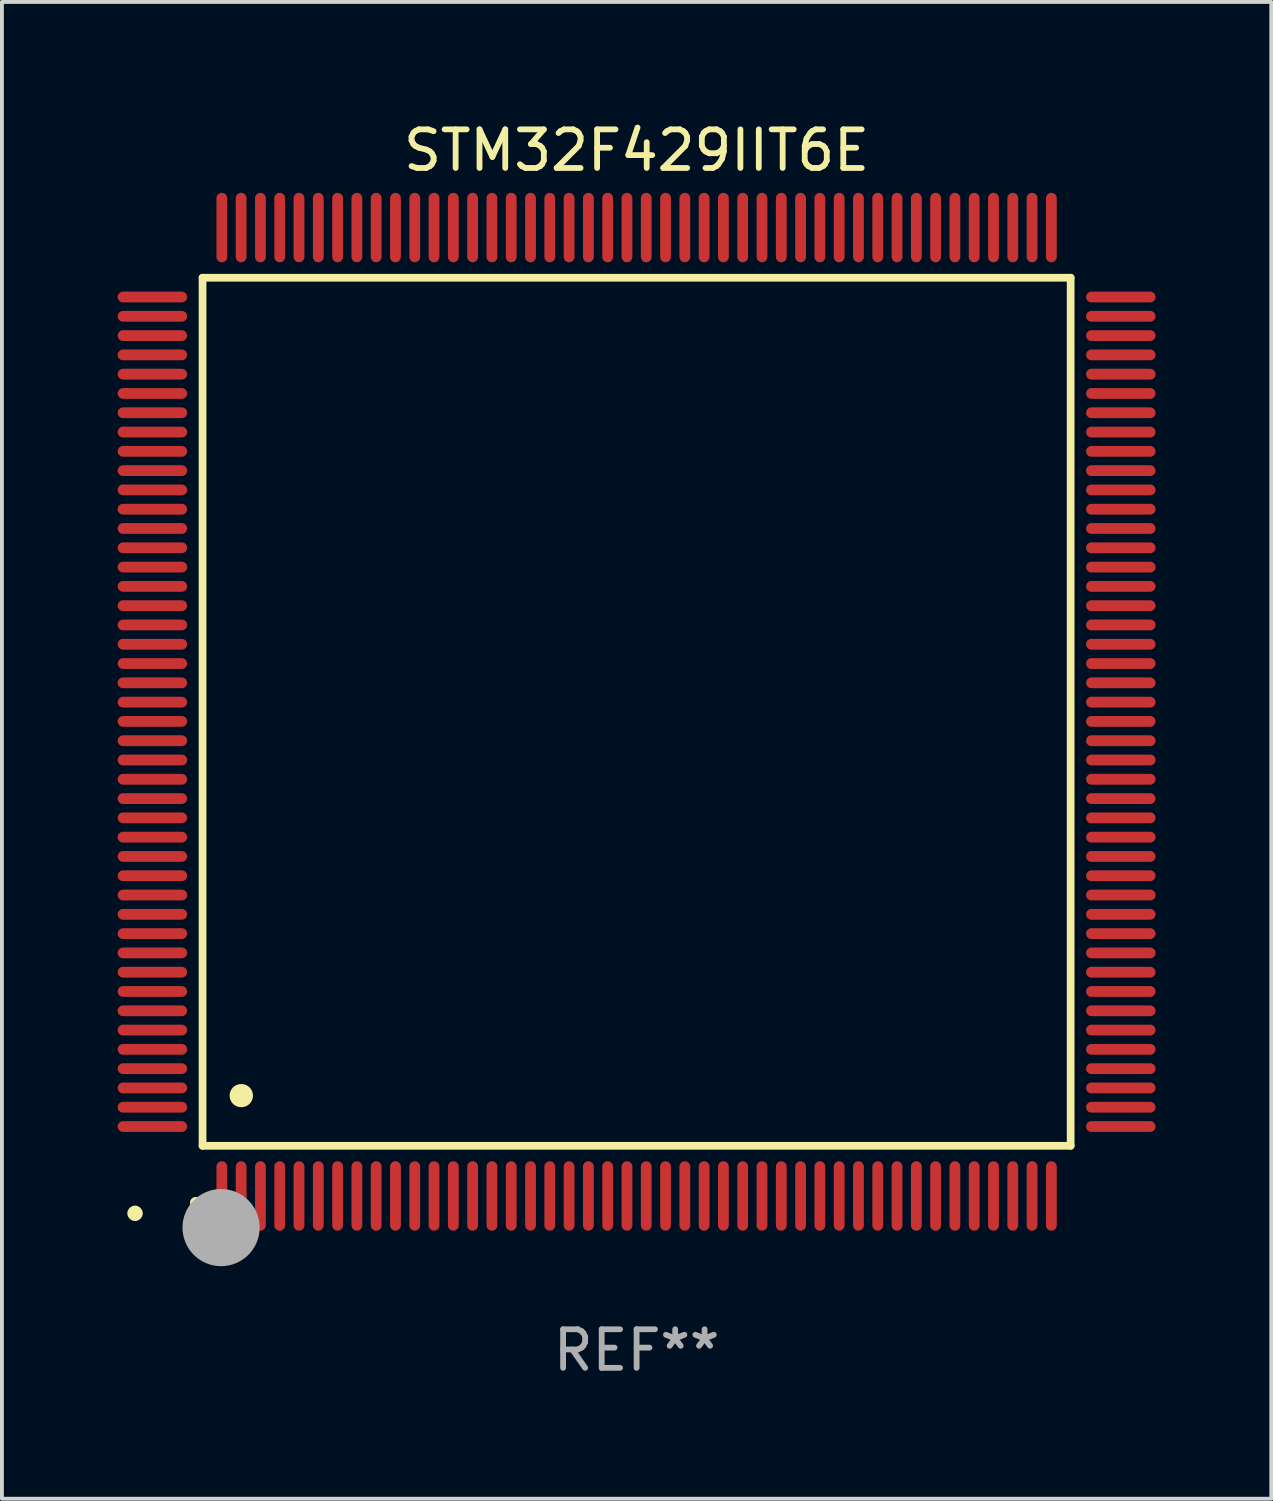
<source format=kicad_pcb>
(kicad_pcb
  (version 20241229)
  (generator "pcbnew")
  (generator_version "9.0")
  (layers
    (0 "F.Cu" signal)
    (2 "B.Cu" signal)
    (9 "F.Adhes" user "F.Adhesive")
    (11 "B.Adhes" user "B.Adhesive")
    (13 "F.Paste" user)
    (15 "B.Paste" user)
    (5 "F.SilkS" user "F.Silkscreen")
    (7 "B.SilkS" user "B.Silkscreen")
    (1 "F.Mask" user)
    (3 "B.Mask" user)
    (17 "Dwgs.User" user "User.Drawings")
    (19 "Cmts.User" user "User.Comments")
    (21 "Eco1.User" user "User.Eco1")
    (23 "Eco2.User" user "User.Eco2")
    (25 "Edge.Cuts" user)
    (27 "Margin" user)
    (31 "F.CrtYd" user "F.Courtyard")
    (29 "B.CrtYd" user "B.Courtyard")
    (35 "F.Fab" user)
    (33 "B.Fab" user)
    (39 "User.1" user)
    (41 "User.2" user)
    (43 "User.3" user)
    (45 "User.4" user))
  (footprint "STM32F429IIT6E"
    (layer "F.Cu")
    (at 13.45 15.398)
    (property "Reference" "STM32F429IIT6E" (at 0 -14.55 0) (layer "F.SilkS") (effects (font (size 1 1) (thickness 0.15))))
    (attr through_hole)
    (fp_line (start -11.25 -11.25) (end 11.25 -11.25) (stroke (width 0.2) (type solid)) (layer "F.SilkS"))
    (fp_line (start -11.25 11.25) (end -11.25 -11.25) (stroke (width 0.2) (type solid)) (layer "F.SilkS"))
    (fp_line (start 11.25 -11.25) (end 11.25 11.25) (stroke (width 0.2) (type solid)) (layer "F.SilkS"))
    (fp_line (start 11.25 11.25) (end -11.25 11.25) (stroke (width 0.2) (type solid)) (layer "F.SilkS"))
    (fp_arc (start -11.424943 12.725425) (mid -11.423673 12.72542) (end -11.422403 12.725425) (stroke (width 0.3) (type solid)) (layer "F.SilkS"))
    (fp_arc (start -10.24892 9.9492) (mid -10.24638 9.949189) (end -10.24384 9.9492) (stroke (width 0.6) (type solid)) (layer "F.SilkS"))
    (fp_circle (center -13 13) (end -12.9 13) (stroke (width 0.2) (type solid)) (fill no) (layer "F.SilkS"))
    (fp_circle (center -10.77 13.37) (end -10.27 13.37) (stroke (width 1) (type solid)) (fill no) (layer "F.Fab"))
    (fp_text user "REF**" (at 0 16.55 0) (layer "F.Fab") (effects (font (size 1 1) (thickness 0.15))))
    (pad "1" smd oval (at -10.75 12.55) (size 0.28 1.8) (layers "F.Cu" "F.Mask" "F.Paste"))
    (pad "2" smd oval (at -10.25 12.55) (size 0.28 1.8) (layers "F.Cu" "F.Mask" "F.Paste"))
    (pad "3" smd oval (at -9.75 12.55) (size 0.28 1.8) (layers "F.Cu" "F.Mask" "F.Paste"))
    (pad "4" smd oval (at -9.25 12.55) (size 0.28 1.8) (layers "F.Cu" "F.Mask" "F.Paste"))
    (pad "5" smd oval (at -8.75 12.55) (size 0.28 1.8) (layers "F.Cu" "F.Mask" "F.Paste"))
    (pad "6" smd oval (at -8.25 12.55) (size 0.28 1.8) (layers "F.Cu" "F.Mask" "F.Paste"))
    (pad "7" smd oval (at -7.75 12.55) (size 0.28 1.8) (layers "F.Cu" "F.Mask" "F.Paste"))
    (pad "8" smd oval (at -7.25 12.55) (size 0.28 1.8) (layers "F.Cu" "F.Mask" "F.Paste"))
    (pad "9" smd oval (at -6.75 12.55) (size 0.28 1.8) (layers "F.Cu" "F.Mask" "F.Paste"))
    (pad "10" smd oval (at -6.25 12.55) (size 0.28 1.8) (layers "F.Cu" "F.Mask" "F.Paste"))
    (pad "11" smd oval (at -5.75 12.55) (size 0.28 1.8) (layers "F.Cu" "F.Mask" "F.Paste"))
    (pad "12" smd oval (at -5.25 12.55) (size 0.28 1.8) (layers "F.Cu" "F.Mask" "F.Paste"))
    (pad "13" smd oval (at -4.75 12.55) (size 0.28 1.8) (layers "F.Cu" "F.Mask" "F.Paste"))
    (pad "14" smd oval (at -4.25 12.55) (size 0.28 1.8) (layers "F.Cu" "F.Mask" "F.Paste"))
    (pad "15" smd oval (at -3.75 12.55) (size 0.28 1.8) (layers "F.Cu" "F.Mask" "F.Paste"))
    (pad "16" smd oval (at -3.25 12.55) (size 0.28 1.8) (layers "F.Cu" "F.Mask" "F.Paste"))
    (pad "17" smd oval (at -2.75 12.55) (size 0.28 1.8) (layers "F.Cu" "F.Mask" "F.Paste"))
    (pad "18" smd oval (at -2.25 12.55) (size 0.28 1.8) (layers "F.Cu" "F.Mask" "F.Paste"))
    (pad "19" smd oval (at -1.75 12.55) (size 0.28 1.8) (layers "F.Cu" "F.Mask" "F.Paste"))
    (pad "20" smd oval (at -1.25 12.55) (size 0.28 1.8) (layers "F.Cu" "F.Mask" "F.Paste"))
    (pad "21" smd oval (at -0.75 12.55) (size 0.28 1.8) (layers "F.Cu" "F.Mask" "F.Paste"))
    (pad "22" smd oval (at -0.25 12.55) (size 0.28 1.8) (layers "F.Cu" "F.Mask" "F.Paste"))
    (pad "23" smd oval (at 0.25 12.55) (size 0.28 1.8) (layers "F.Cu" "F.Mask" "F.Paste"))
    (pad "24" smd oval (at 0.75 12.55) (size 0.28 1.8) (layers "F.Cu" "F.Mask" "F.Paste"))
    (pad "25" smd oval (at 1.25 12.55) (size 0.28 1.8) (layers "F.Cu" "F.Mask" "F.Paste"))
    (pad "26" smd oval (at 1.75 12.55) (size 0.28 1.8) (layers "F.Cu" "F.Mask" "F.Paste"))
    (pad "27" smd oval (at 2.25 12.55) (size 0.28 1.8) (layers "F.Cu" "F.Mask" "F.Paste"))
    (pad "28" smd oval (at 2.75 12.55) (size 0.28 1.8) (layers "F.Cu" "F.Mask" "F.Paste"))
    (pad "29" smd oval (at 3.25 12.55) (size 0.28 1.8) (layers "F.Cu" "F.Mask" "F.Paste"))
    (pad "30" smd oval (at 3.75 12.55) (size 0.28 1.8) (layers "F.Cu" "F.Mask" "F.Paste"))
    (pad "31" smd oval (at 4.25 12.55) (size 0.28 1.8) (layers "F.Cu" "F.Mask" "F.Paste"))
    (pad "32" smd oval (at 4.75 12.55) (size 0.28 1.8) (layers "F.Cu" "F.Mask" "F.Paste"))
    (pad "33" smd oval (at 5.25 12.55) (size 0.28 1.8) (layers "F.Cu" "F.Mask" "F.Paste"))
    (pad "34" smd oval (at 5.75 12.55) (size 0.28 1.8) (layers "F.Cu" "F.Mask" "F.Paste"))
    (pad "35" smd oval (at 6.25 12.55) (size 0.28 1.8) (layers "F.Cu" "F.Mask" "F.Paste"))
    (pad "36" smd oval (at 6.75 12.55) (size 0.28 1.8) (layers "F.Cu" "F.Mask" "F.Paste"))
    (pad "37" smd oval (at 7.25 12.55) (size 0.28 1.8) (layers "F.Cu" "F.Mask" "F.Paste"))
    (pad "38" smd oval (at 7.75 12.55) (size 0.28 1.8) (layers "F.Cu" "F.Mask" "F.Paste"))
    (pad "39" smd oval (at 8.25 12.55) (size 0.28 1.8) (layers "F.Cu" "F.Mask" "F.Paste"))
    (pad "40" smd oval (at 8.75 12.55) (size 0.28 1.8) (layers "F.Cu" "F.Mask" "F.Paste"))
    (pad "41" smd oval (at 9.25 12.55) (size 0.28 1.8) (layers "F.Cu" "F.Mask" "F.Paste"))
    (pad "42" smd oval (at 9.75 12.55) (size 0.28 1.8) (layers "F.Cu" "F.Mask" "F.Paste"))
    (pad "43" smd oval (at 10.25 12.55) (size 0.28 1.8) (layers "F.Cu" "F.Mask" "F.Paste"))
    (pad "44" smd oval (at 10.75 12.55) (size 0.28 1.8) (layers "F.Cu" "F.Mask" "F.Paste"))
    (pad "45" smd oval (at 12.55 10.75) (size 1.8 0.28) (layers "F.Cu" "F.Mask" "F.Paste"))
    (pad "46" smd oval (at 12.55 10.25) (size 1.8 0.28) (layers "F.Cu" "F.Mask" "F.Paste"))
    (pad "47" smd oval (at 12.55 9.75) (size 1.8 0.28) (layers "F.Cu" "F.Mask" "F.Paste"))
    (pad "48" smd oval (at 12.55 9.25) (size 1.8 0.28) (layers "F.Cu" "F.Mask" "F.Paste"))
    (pad "49" smd oval (at 12.55 8.75) (size 1.8 0.28) (layers "F.Cu" "F.Mask" "F.Paste"))
    (pad "50" smd oval (at 12.55 8.25) (size 1.8 0.28) (layers "F.Cu" "F.Mask" "F.Paste"))
    (pad "51" smd oval (at 12.55 7.75) (size 1.8 0.28) (layers "F.Cu" "F.Mask" "F.Paste"))
    (pad "52" smd oval (at 12.55 7.25) (size 1.8 0.28) (layers "F.Cu" "F.Mask" "F.Paste"))
    (pad "53" smd oval (at 12.55 6.75) (size 1.8 0.28) (layers "F.Cu" "F.Mask" "F.Paste"))
    (pad "54" smd oval (at 12.55 6.25) (size 1.8 0.28) (layers "F.Cu" "F.Mask" "F.Paste"))
    (pad "55" smd oval (at 12.55 5.75) (size 1.8 0.28) (layers "F.Cu" "F.Mask" "F.Paste"))
    (pad "56" smd oval (at 12.55 5.25) (size 1.8 0.28) (layers "F.Cu" "F.Mask" "F.Paste"))
    (pad "57" smd oval (at 12.55 4.75) (size 1.8 0.28) (layers "F.Cu" "F.Mask" "F.Paste"))
    (pad "58" smd oval (at 12.55 4.25) (size 1.8 0.28) (layers "F.Cu" "F.Mask" "F.Paste"))
    (pad "59" smd oval (at 12.55 3.75) (size 1.8 0.28) (layers "F.Cu" "F.Mask" "F.Paste"))
    (pad "60" smd oval (at 12.55 3.25) (size 1.8 0.28) (layers "F.Cu" "F.Mask" "F.Paste"))
    (pad "61" smd oval (at 12.55 2.75) (size 1.8 0.28) (layers "F.Cu" "F.Mask" "F.Paste"))
    (pad "62" smd oval (at 12.55 2.25) (size 1.8 0.28) (layers "F.Cu" "F.Mask" "F.Paste"))
    (pad "63" smd oval (at 12.55 1.75) (size 1.8 0.28) (layers "F.Cu" "F.Mask" "F.Paste"))
    (pad "64" smd oval (at 12.55 1.25) (size 1.8 0.28) (layers "F.Cu" "F.Mask" "F.Paste"))
    (pad "65" smd oval (at 12.55 0.75) (size 1.8 0.28) (layers "F.Cu" "F.Mask" "F.Paste"))
    (pad "66" smd oval (at 12.55 0.25) (size 1.8 0.28) (layers "F.Cu" "F.Mask" "F.Paste"))
    (pad "67" smd oval (at 12.55 -0.25) (size 1.8 0.28) (layers "F.Cu" "F.Mask" "F.Paste"))
    (pad "68" smd oval (at 12.55 -0.75) (size 1.8 0.28) (layers "F.Cu" "F.Mask" "F.Paste"))
    (pad "69" smd oval (at 12.55 -1.25) (size 1.8 0.28) (layers "F.Cu" "F.Mask" "F.Paste"))
    (pad "70" smd oval (at 12.55 -1.75) (size 1.8 0.28) (layers "F.Cu" "F.Mask" "F.Paste"))
    (pad "71" smd oval (at 12.55 -2.25) (size 1.8 0.28) (layers "F.Cu" "F.Mask" "F.Paste"))
    (pad "72" smd oval (at 12.55 -2.75) (size 1.8 0.28) (layers "F.Cu" "F.Mask" "F.Paste"))
    (pad "73" smd oval (at 12.55 -3.25) (size 1.8 0.28) (layers "F.Cu" "F.Mask" "F.Paste"))
    (pad "74" smd oval (at 12.55 -3.75) (size 1.8 0.28) (layers "F.Cu" "F.Mask" "F.Paste"))
    (pad "75" smd oval (at 12.55 -4.25) (size 1.8 0.28) (layers "F.Cu" "F.Mask" "F.Paste"))
    (pad "76" smd oval (at 12.55 -4.75) (size 1.8 0.28) (layers "F.Cu" "F.Mask" "F.Paste"))
    (pad "77" smd oval (at 12.55 -5.25) (size 1.8 0.28) (layers "F.Cu" "F.Mask" "F.Paste"))
    (pad "78" smd oval (at 12.55 -5.75) (size 1.8 0.28) (layers "F.Cu" "F.Mask" "F.Paste"))
    (pad "79" smd oval (at 12.55 -6.25) (size 1.8 0.28) (layers "F.Cu" "F.Mask" "F.Paste"))
    (pad "80" smd oval (at 12.55 -6.75) (size 1.8 0.28) (layers "F.Cu" "F.Mask" "F.Paste"))
    (pad "81" smd oval (at 12.55 -7.25) (size 1.8 0.28) (layers "F.Cu" "F.Mask" "F.Paste"))
    (pad "82" smd oval (at 12.55 -7.75) (size 1.8 0.28) (layers "F.Cu" "F.Mask" "F.Paste"))
    (pad "83" smd oval (at 12.55 -8.25) (size 1.8 0.28) (layers "F.Cu" "F.Mask" "F.Paste"))
    (pad "84" smd oval (at 12.55 -8.75) (size 1.8 0.28) (layers "F.Cu" "F.Mask" "F.Paste"))
    (pad "85" smd oval (at 12.55 -9.25) (size 1.8 0.28) (layers "F.Cu" "F.Mask" "F.Paste"))
    (pad "86" smd oval (at 12.55 -9.75) (size 1.8 0.28) (layers "F.Cu" "F.Mask" "F.Paste"))
    (pad "87" smd oval (at 12.55 -10.25) (size 1.8 0.28) (layers "F.Cu" "F.Mask" "F.Paste"))
    (pad "88" smd oval (at 12.55 -10.75) (size 1.8 0.28) (layers "F.Cu" "F.Mask" "F.Paste"))
    (pad "89" smd oval (at 10.75 -12.55) (size 0.28 1.8) (layers "F.Cu" "F.Mask" "F.Paste"))
    (pad "90" smd oval (at 10.25 -12.55) (size 0.28 1.8) (layers "F.Cu" "F.Mask" "F.Paste"))
    (pad "91" smd oval (at 9.75 -12.55) (size 0.28 1.8) (layers "F.Cu" "F.Mask" "F.Paste"))
    (pad "92" smd oval (at 9.25 -12.55) (size 0.28 1.8) (layers "F.Cu" "F.Mask" "F.Paste"))
    (pad "93" smd oval (at 8.75 -12.55) (size 0.28 1.8) (layers "F.Cu" "F.Mask" "F.Paste"))
    (pad "94" smd oval (at 8.25 -12.55) (size 0.28 1.8) (layers "F.Cu" "F.Mask" "F.Paste"))
    (pad "95" smd oval (at 7.75 -12.55) (size 0.28 1.8) (layers "F.Cu" "F.Mask" "F.Paste"))
    (pad "96" smd oval (at 7.25 -12.55) (size 0.28 1.8) (layers "F.Cu" "F.Mask" "F.Paste"))
    (pad "97" smd oval (at 6.75 -12.55) (size 0.28 1.8) (layers "F.Cu" "F.Mask" "F.Paste"))
    (pad "98" smd oval (at 6.25 -12.55) (size 0.28 1.8) (layers "F.Cu" "F.Mask" "F.Paste"))
    (pad "99" smd oval (at 5.75 -12.55) (size 0.28 1.8) (layers "F.Cu" "F.Mask" "F.Paste"))
    (pad "100" smd oval (at 5.25 -12.55) (size 0.28 1.8) (layers "F.Cu" "F.Mask" "F.Paste"))
    (pad "101" smd oval (at 4.75 -12.55) (size 0.28 1.8) (layers "F.Cu" "F.Mask" "F.Paste"))
    (pad "102" smd oval (at 4.25 -12.55) (size 0.28 1.8) (layers "F.Cu" "F.Mask" "F.Paste"))
    (pad "103" smd oval (at 3.75 -12.55) (size 0.28 1.8) (layers "F.Cu" "F.Mask" "F.Paste"))
    (pad "104" smd oval (at 3.25 -12.55) (size 0.28 1.8) (layers "F.Cu" "F.Mask" "F.Paste"))
    (pad "105" smd oval (at 2.75 -12.55) (size 0.28 1.8) (layers "F.Cu" "F.Mask" "F.Paste"))
    (pad "106" smd oval (at 2.25 -12.55) (size 0.28 1.8) (layers "F.Cu" "F.Mask" "F.Paste"))
    (pad "107" smd oval (at 1.75 -12.55) (size 0.28 1.8) (layers "F.Cu" "F.Mask" "F.Paste"))
    (pad "108" smd oval (at 1.25 -12.55) (size 0.28 1.8) (layers "F.Cu" "F.Mask" "F.Paste"))
    (pad "109" smd oval (at 0.75 -12.55) (size 0.28 1.8) (layers "F.Cu" "F.Mask" "F.Paste"))
    (pad "110" smd oval (at 0.25 -12.55) (size 0.28 1.8) (layers "F.Cu" "F.Mask" "F.Paste"))
    (pad "111" smd oval (at -0.25 -12.55) (size 0.28 1.8) (layers "F.Cu" "F.Mask" "F.Paste"))
    (pad "112" smd oval (at -0.75 -12.55) (size 0.28 1.8) (layers "F.Cu" "F.Mask" "F.Paste"))
    (pad "113" smd oval (at -1.25 -12.55) (size 0.28 1.8) (layers "F.Cu" "F.Mask" "F.Paste"))
    (pad "114" smd oval (at -1.75 -12.55) (size 0.28 1.8) (layers "F.Cu" "F.Mask" "F.Paste"))
    (pad "115" smd oval (at -2.25 -12.55) (size 0.28 1.8) (layers "F.Cu" "F.Mask" "F.Paste"))
    (pad "116" smd oval (at -2.75 -12.55) (size 0.28 1.8) (layers "F.Cu" "F.Mask" "F.Paste"))
    (pad "117" smd oval (at -3.25 -12.55) (size 0.28 1.8) (layers "F.Cu" "F.Mask" "F.Paste"))
    (pad "118" smd oval (at -3.75 -12.55) (size 0.28 1.8) (layers "F.Cu" "F.Mask" "F.Paste"))
    (pad "119" smd oval (at -4.25 -12.55) (size 0.28 1.8) (layers "F.Cu" "F.Mask" "F.Paste"))
    (pad "120" smd oval (at -4.75 -12.55) (size 0.28 1.8) (layers "F.Cu" "F.Mask" "F.Paste"))
    (pad "121" smd oval (at -5.25 -12.55) (size 0.28 1.8) (layers "F.Cu" "F.Mask" "F.Paste"))
    (pad "122" smd oval (at -5.75 -12.55) (size 0.28 1.8) (layers "F.Cu" "F.Mask" "F.Paste"))
    (pad "123" smd oval (at -6.25 -12.55) (size 0.28 1.8) (layers "F.Cu" "F.Mask" "F.Paste"))
    (pad "124" smd oval (at -6.75 -12.55) (size 0.28 1.8) (layers "F.Cu" "F.Mask" "F.Paste"))
    (pad "125" smd oval (at -7.25 -12.55) (size 0.28 1.8) (layers "F.Cu" "F.Mask" "F.Paste"))
    (pad "126" smd oval (at -7.75 -12.55) (size 0.28 1.8) (layers "F.Cu" "F.Mask" "F.Paste"))
    (pad "127" smd oval (at -8.25 -12.55) (size 0.28 1.8) (layers "F.Cu" "F.Mask" "F.Paste"))
    (pad "128" smd oval (at -8.75 -12.55) (size 0.28 1.8) (layers "F.Cu" "F.Mask" "F.Paste"))
    (pad "129" smd oval (at -9.25 -12.55) (size 0.28 1.8) (layers "F.Cu" "F.Mask" "F.Paste"))
    (pad "130" smd oval (at -9.75 -12.55) (size 0.28 1.8) (layers "F.Cu" "F.Mask" "F.Paste"))
    (pad "131" smd oval (at -10.25 -12.55) (size 0.28 1.8) (layers "F.Cu" "F.Mask" "F.Paste"))
    (pad "132" smd oval (at -10.75 -12.55) (size 0.28 1.8) (layers "F.Cu" "F.Mask" "F.Paste"))
    (pad "133" smd oval (at -12.55 -10.75) (size 1.8 0.28) (layers "F.Cu" "F.Mask" "F.Paste"))
    (pad "134" smd oval (at -12.55 -10.25) (size 1.8 0.28) (layers "F.Cu" "F.Mask" "F.Paste"))
    (pad "135" smd oval (at -12.55 -9.75) (size 1.8 0.28) (layers "F.Cu" "F.Mask" "F.Paste"))
    (pad "136" smd oval (at -12.55 -9.25) (size 1.8 0.28) (layers "F.Cu" "F.Mask" "F.Paste"))
    (pad "137" smd oval (at -12.55 -8.75) (size 1.8 0.28) (layers "F.Cu" "F.Mask" "F.Paste"))
    (pad "138" smd oval (at -12.55 -8.25) (size 1.8 0.28) (layers "F.Cu" "F.Mask" "F.Paste"))
    (pad "139" smd oval (at -12.55 -7.75) (size 1.8 0.28) (layers "F.Cu" "F.Mask" "F.Paste"))
    (pad "140" smd oval (at -12.55 -7.25) (size 1.8 0.28) (layers "F.Cu" "F.Mask" "F.Paste"))
    (pad "141" smd oval (at -12.55 -6.75) (size 1.8 0.28) (layers "F.Cu" "F.Mask" "F.Paste"))
    (pad "142" smd oval (at -12.55 -6.25) (size 1.8 0.28) (layers "F.Cu" "F.Mask" "F.Paste"))
    (pad "143" smd oval (at -12.55 -5.75) (size 1.8 0.28) (layers "F.Cu" "F.Mask" "F.Paste"))
    (pad "144" smd oval (at -12.55 -5.25) (size 1.8 0.28) (layers "F.Cu" "F.Mask" "F.Paste"))
    (pad "145" smd oval (at -12.55 -4.75) (size 1.8 0.28) (layers "F.Cu" "F.Mask" "F.Paste"))
    (pad "146" smd oval (at -12.55 -4.25) (size 1.8 0.28) (layers "F.Cu" "F.Mask" "F.Paste"))
    (pad "147" smd oval (at -12.55 -3.75) (size 1.8 0.28) (layers "F.Cu" "F.Mask" "F.Paste"))
    (pad "148" smd oval (at -12.55 -3.25) (size 1.8 0.28) (layers "F.Cu" "F.Mask" "F.Paste"))
    (pad "149" smd oval (at -12.55 -2.75) (size 1.8 0.28) (layers "F.Cu" "F.Mask" "F.Paste"))
    (pad "150" smd oval (at -12.55 -2.25) (size 1.8 0.28) (layers "F.Cu" "F.Mask" "F.Paste"))
    (pad "151" smd oval (at -12.55 -1.75) (size 1.8 0.28) (layers "F.Cu" "F.Mask" "F.Paste"))
    (pad "152" smd oval (at -12.55 -1.25) (size 1.8 0.28) (layers "F.Cu" "F.Mask" "F.Paste"))
    (pad "153" smd oval (at -12.55 -0.75) (size 1.8 0.28) (layers "F.Cu" "F.Mask" "F.Paste"))
    (pad "154" smd oval (at -12.55 -0.25) (size 1.8 0.28) (layers "F.Cu" "F.Mask" "F.Paste"))
    (pad "155" smd oval (at -12.55 0.25) (size 1.8 0.28) (layers "F.Cu" "F.Mask" "F.Paste"))
    (pad "156" smd oval (at -12.55 0.75) (size 1.8 0.28) (layers "F.Cu" "F.Mask" "F.Paste"))
    (pad "157" smd oval (at -12.55 1.25) (size 1.8 0.28) (layers "F.Cu" "F.Mask" "F.Paste"))
    (pad "158" smd oval (at -12.55 1.75) (size 1.8 0.28) (layers "F.Cu" "F.Mask" "F.Paste"))
    (pad "159" smd oval (at -12.55 2.25) (size 1.8 0.28) (layers "F.Cu" "F.Mask" "F.Paste"))
    (pad "160" smd oval (at -12.55 2.75) (size 1.8 0.28) (layers "F.Cu" "F.Mask" "F.Paste"))
    (pad "161" smd oval (at -12.55 3.25) (size 1.8 0.28) (layers "F.Cu" "F.Mask" "F.Paste"))
    (pad "162" smd oval (at -12.55 3.75) (size 1.8 0.28) (layers "F.Cu" "F.Mask" "F.Paste"))
    (pad "163" smd oval (at -12.55 4.25) (size 1.8 0.28) (layers "F.Cu" "F.Mask" "F.Paste"))
    (pad "164" smd oval (at -12.55 4.75) (size 1.8 0.28) (layers "F.Cu" "F.Mask" "F.Paste"))
    (pad "165" smd oval (at -12.55 5.25) (size 1.8 0.28) (layers "F.Cu" "F.Mask" "F.Paste"))
    (pad "166" smd oval (at -12.55 5.75) (size 1.8 0.28) (layers "F.Cu" "F.Mask" "F.Paste"))
    (pad "167" smd oval (at -12.55 6.25) (size 1.8 0.28) (layers "F.Cu" "F.Mask" "F.Paste"))
    (pad "168" smd oval (at -12.55 6.75) (size 1.8 0.28) (layers "F.Cu" "F.Mask" "F.Paste"))
    (pad "169" smd oval (at -12.55 7.25) (size 1.8 0.28) (layers "F.Cu" "F.Mask" "F.Paste"))
    (pad "170" smd oval (at -12.55 7.75) (size 1.8 0.28) (layers "F.Cu" "F.Mask" "F.Paste"))
    (pad "171" smd oval (at -12.55 8.25) (size 1.8 0.28) (layers "F.Cu" "F.Mask" "F.Paste"))
    (pad "172" smd oval (at -12.55 8.75) (size 1.8 0.28) (layers "F.Cu" "F.Mask" "F.Paste"))
    (pad "173" smd oval (at -12.55 9.25) (size 1.8 0.28) (layers "F.Cu" "F.Mask" "F.Paste"))
    (pad "174" smd oval (at -12.55 9.75) (size 1.8 0.28) (layers "F.Cu" "F.Mask" "F.Paste"))
    (pad "175" smd oval (at -12.55 10.25) (size 1.8 0.28) (layers "F.Cu" "F.Mask" "F.Paste"))
    (pad "176" smd oval (at -12.55 10.75) (size 1.8 0.28) (layers "F.Cu" "F.Mask" "F.Paste")))
  (gr_rect
    (start -3 -3)
    (end 29.9 35.796)
    (stroke (width 0.1) (type default))
    (fill no)
    (layer "Edge.Cuts")))
</source>
